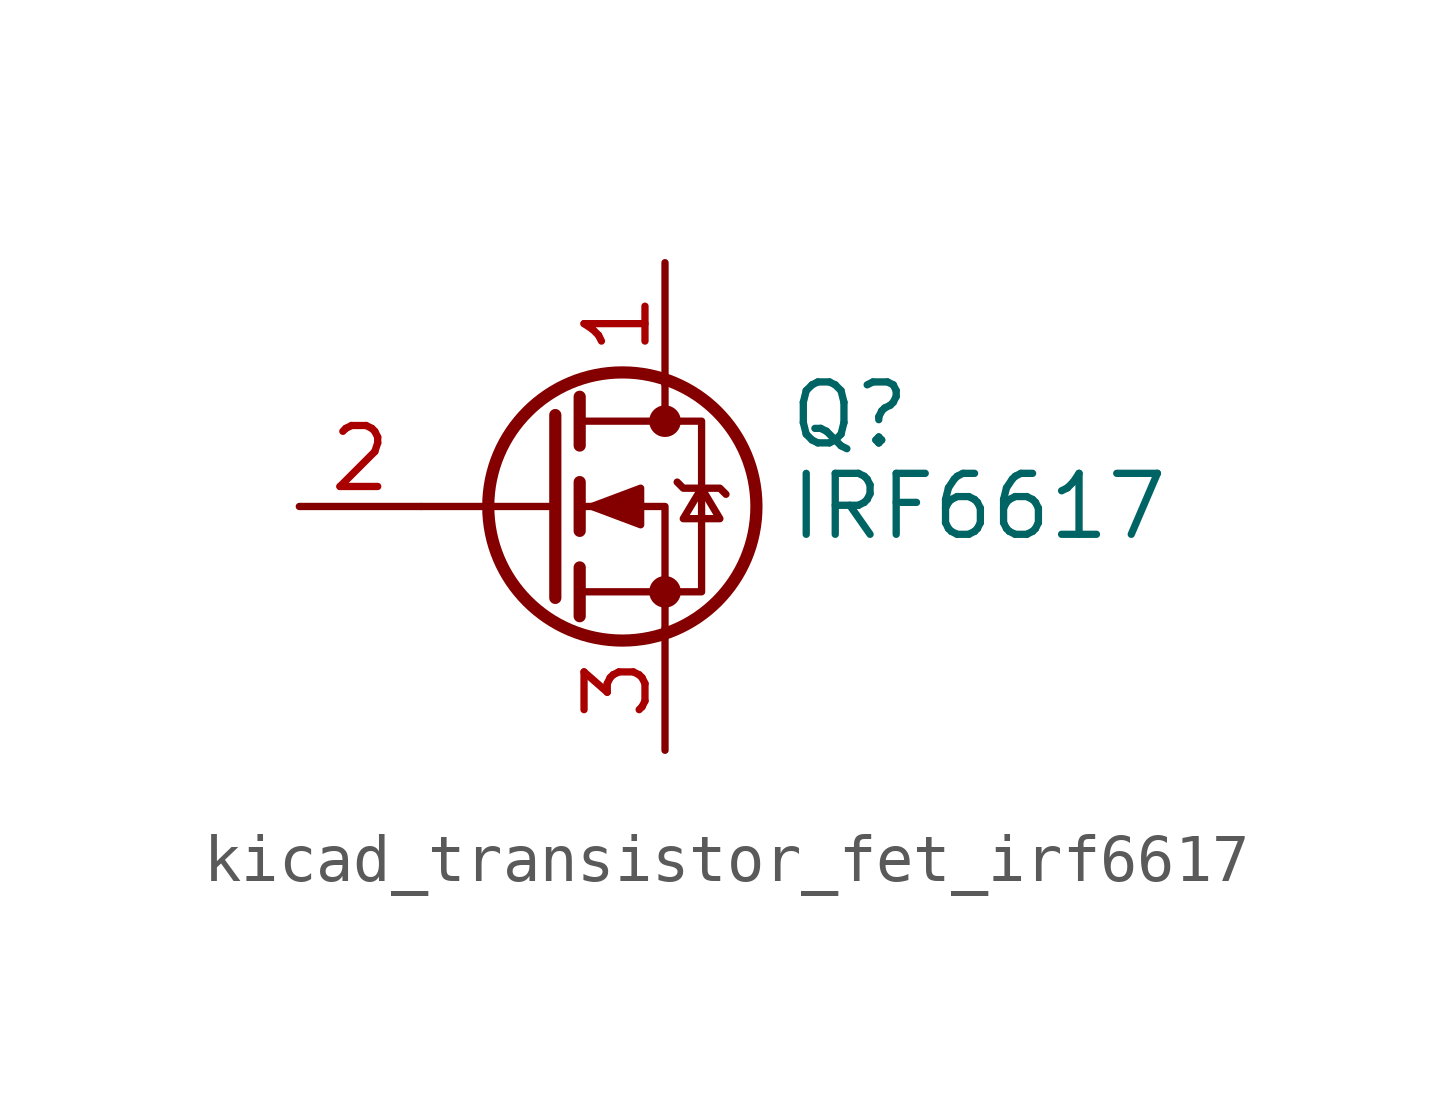
<source format=kicad_sym>
(kicad_symbol_lib
  (version 20220914)
  (generator kicad_symbol_editor)
  (symbol "kicad_transistor_fet_irf6617"
    (pin_names hide)
    (property "Reference" "Q"
      (at 5.08 1.905 0)
      (effects (font (size 1.27 1.27)) (justify left)))
    (property "Value" "IRF6617"
      (at 5.08 0 0)
      (effects (font (size 1.27 1.27)) (justify left)))
    (symbol "kicad_transistor_fet_irf6617_0_1"
      (polyline (pts (xy 0.254 0) (xy -2.54 0)) (stroke (width 0) (type default)) (fill (type none)))
      (polyline (pts (xy 0.254 1.905) (xy 0.254 -1.905)) (stroke (width 0.254) (type default)) (fill (type none)))
      (polyline (pts (xy 0.762 -1.27) (xy 0.762 -2.286)) (stroke (width 0.254) (type default)) (fill (type none)))
      (polyline (pts (xy 0.762 0.508) (xy 0.762 -0.508)) (stroke (width 0.254) (type default)) (fill (type none)))
      (polyline (pts (xy 0.762 2.286) (xy 0.762 1.27)) (stroke (width 0.254) (type default)) (fill (type none)))
      (polyline (pts (xy 2.54 2.54) (xy 2.54 1.778)) (stroke (width 0) (type default)) (fill (type none)))
      (polyline (pts (xy 2.54 -2.54) (xy 2.54 0) (xy 0.762 0)) (stroke (width 0) (type default)) (fill (type none)))
      (polyline (pts (xy 0.762 -1.778) (xy 3.302 -1.778) (xy 3.302 1.778) (xy 0.762 1.778)) (stroke (width 0) (type default)) (fill (type none)))
      (polyline (pts (xy 1.016 0) (xy 2.032 0.381) (xy 2.032 -0.381) (xy 1.016 0)) (stroke (width 0) (type default)) (fill (type outline)))
      (polyline (pts (xy 2.794 0.508) (xy 2.921 0.381) (xy 3.683 0.381) (xy 3.81 0.254)) (stroke (width 0) (type default)) (fill (type none)))
      (polyline (pts (xy 3.302 0.381) (xy 2.921 -0.254) (xy 3.683 -0.254) (xy 3.302 0.381)) (stroke (width 0) (type default)) (fill (type none)))
      (circle (center 1.651 0) (radius 2.794) (stroke (width 0.254) (type default)) (fill (type none)))
      (circle (center 2.54 -1.778) (radius 0.254) (stroke (width 0) (type default)) (fill (type outline)))
      (circle (center 2.54 1.778) (radius 0.254) (stroke (width 0) (type default)) (fill (type outline))))
    (symbol "kicad_transistor_fet_irf6617_1_1"
      (pin passive line (at 2.54 5.08 270) (length 2.54) (name "D" (effects (font (size 1.27 1.27)))) (number "1" (effects (font (size 1.27 1.27)))))
      (pin input line (at -5.08 0 0) (length 2.54) (name "G" (effects (font (size 1.27 1.27)))) (number "2" (effects (font (size 1.27 1.27)))))
      (pin passive line (at 2.54 -5.08 90) (length 2.54) (name "S" (effects (font (size 1.27 1.27)))) (number "3" (effects (font (size 1.27 1.27))))))))
</source>
